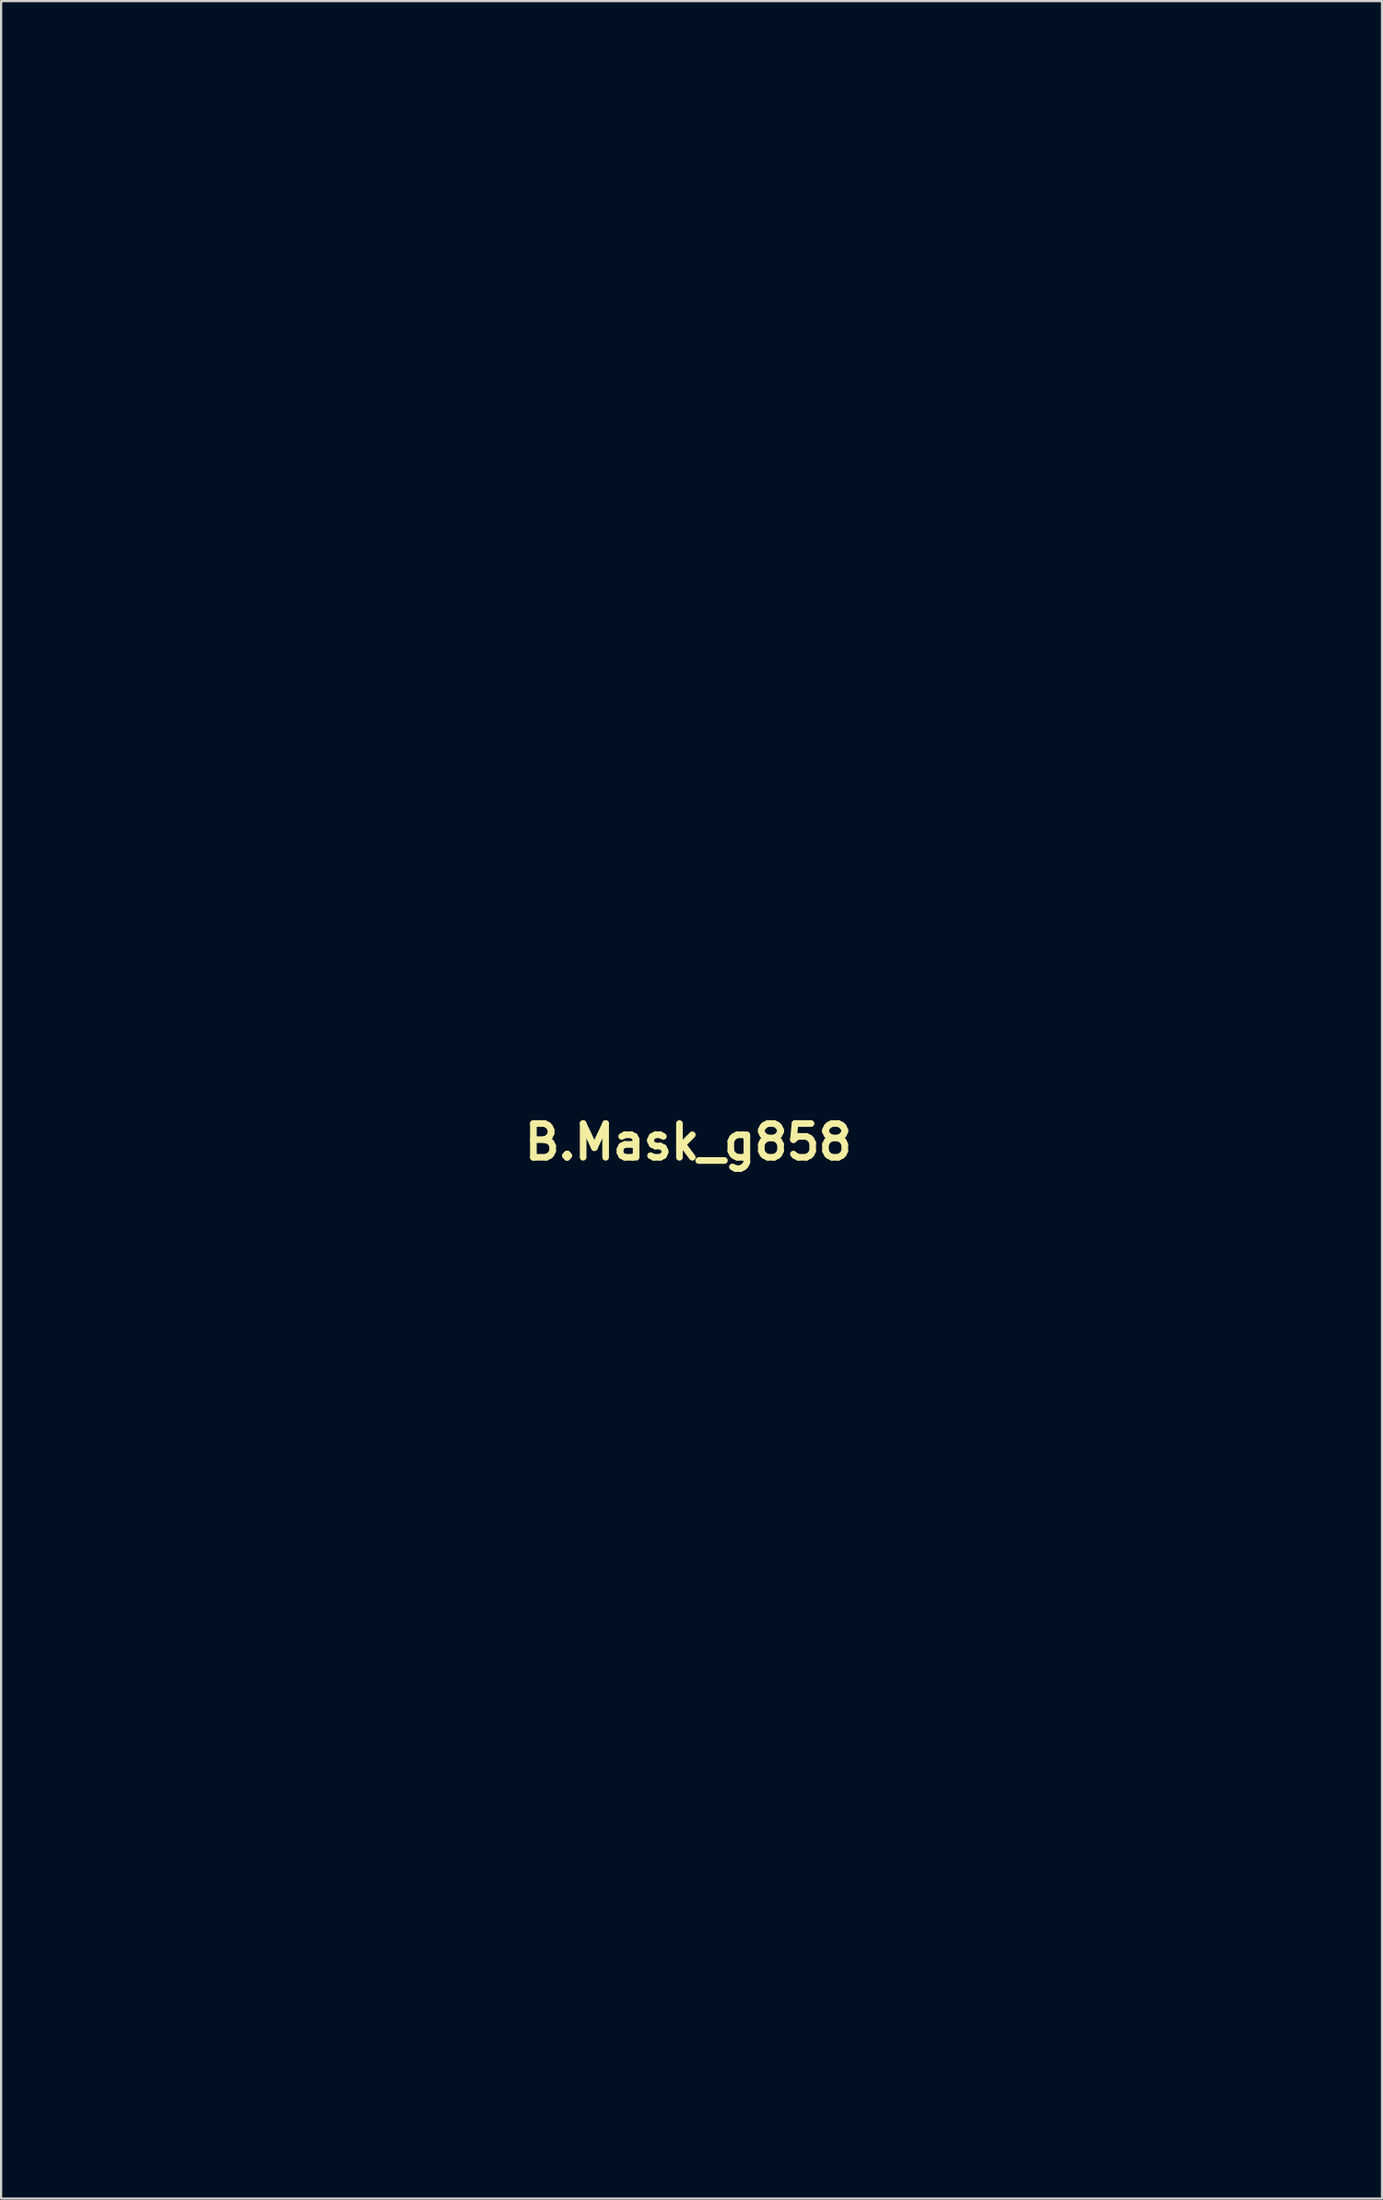
<source format=kicad_pcb>
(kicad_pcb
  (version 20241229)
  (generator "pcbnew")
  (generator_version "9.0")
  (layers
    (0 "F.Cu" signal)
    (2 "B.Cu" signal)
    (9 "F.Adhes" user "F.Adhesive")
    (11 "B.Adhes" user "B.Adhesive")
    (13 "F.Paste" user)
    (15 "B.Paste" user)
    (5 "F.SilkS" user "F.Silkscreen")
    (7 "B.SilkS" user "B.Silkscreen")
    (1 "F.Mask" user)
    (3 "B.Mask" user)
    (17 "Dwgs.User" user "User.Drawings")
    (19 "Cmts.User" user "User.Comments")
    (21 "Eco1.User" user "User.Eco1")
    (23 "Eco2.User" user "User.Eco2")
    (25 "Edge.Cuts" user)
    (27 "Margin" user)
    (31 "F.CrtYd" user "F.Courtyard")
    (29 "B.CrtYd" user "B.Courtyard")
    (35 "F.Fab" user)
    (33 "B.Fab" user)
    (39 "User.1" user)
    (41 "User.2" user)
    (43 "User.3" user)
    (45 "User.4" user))
  (footprint "B.Mask_g858"
    (layer "F.Cu")
    (at 28.072 48.552)
    (property "Reference" "B.Mask_g858" (at 0 0 0) (layer "F.SilkS") (effects (font (size 1.524 1.524) (thickness 0.3))))
    (attr through_hole)
    (fp_poly (pts (xy -3.732 -20.971) (xy -3.655 -20.871) (xy -3.606 -20.797) (xy -3.598 -20.776) (xy -3.634 -20.751) (xy -3.721 -20.749) (xy -3.83 -20.769) (xy -3.884 -20.787) (xy -3.96 -20.839) (xy -3.97 -20.919) (xy -3.921 -21.034) (xy -3.866 -21.133) (xy -3.732 -20.971)) (stroke (width 0.01) (type solid)) (fill yes) (layer "B.Mask"))
    (fp_poly (pts (xy -8.857 -29.831) (xy -8.737 -29.678) (xy -8.648 -29.459) (xy -8.59 -29.169) (xy -8.561 -28.818) (xy -8.554 -28.575) (xy -8.56 -28.413) (xy -8.579 -28.333) (xy -8.611 -28.33) (xy -8.658 -28.405) (xy -8.692 -28.483) (xy -8.75 -28.663) (xy -8.807 -28.903) (xy -8.859 -29.175) (xy -8.9 -29.456) (xy -8.914 -29.591) (xy -8.944 -29.909) (xy -8.857 -29.831)) (stroke (width 0.01) (type solid)) (fill yes) (layer "B.Mask"))
    (fp_poly (pts (xy 17.141 0.392) (xy 17.166 0.481) (xy 17.198 0.627) (xy 17.234 0.81) (xy 17.271 1.011) (xy 17.303 1.209) (xy 17.33 1.385) (xy 17.346 1.519) (xy 17.348 1.591) (xy 17.348 1.593) (xy 17.316 1.609) (xy 17.231 1.579) (xy 17.087 1.501) (xy 17.048 1.478) (xy 16.892 1.378) (xy 16.805 1.303) (xy 16.779 1.247) (xy 16.781 1.235) (xy 16.866 0.941) (xy 16.933 0.717) (xy 16.985 0.555) (xy 17.026 0.441) (xy 17.037 0.415) (xy 17.096 0.275) (xy 17.141 0.392)) (stroke (width 0.01) (type solid)) (fill yes) (layer "B.Mask"))
    (fp_poly (pts (xy -7.98 -28.379) (xy -7.92 -28.298) (xy -7.885 -28.234) (xy -7.84 -28.135) (xy -7.812 -28.033) (xy -7.797 -27.904) (xy -7.791 -27.725) (xy -7.791 -27.603) (xy -7.796 -27.35) (xy -7.81 -27.102) (xy -7.83 -26.876) (xy -7.856 -26.687) (xy -7.884 -26.552) (xy -7.913 -26.488) (xy -7.959 -26.495) (xy -8.034 -26.568) (xy -8.083 -26.631) (xy -8.208 -26.849) (xy -8.293 -27.09) (xy -8.327 -27.323) (xy -8.321 -27.447) (xy -8.293 -27.586) (xy -8.25 -27.756) (xy -8.199 -27.939) (xy -8.144 -28.114) (xy -8.092 -28.263) (xy -8.049 -28.366) (xy -8.022 -28.405) (xy -7.98 -28.379)) (stroke (width 0.01) (type solid)) (fill yes) (layer "B.Mask"))
    (fp_poly (pts (xy -7.108 -26.927) (xy -7.072 -26.82) (xy -7.048 -26.66) (xy -7.037 -26.464) (xy -7.039 -26.247) (xy -7.055 -26.025) (xy -7.085 -25.814) (xy -7.128 -25.63) (xy -7.13 -25.626) (xy -7.185 -25.485) (xy -7.263 -25.33) (xy -7.351 -25.183) (xy -7.435 -25.064) (xy -7.503 -24.996) (xy -7.518 -24.989) (xy -7.557 -25.016) (xy -7.6 -25.101) (xy -7.613 -25.139) (xy -7.659 -25.415) (xy -7.649 -25.729) (xy -7.585 -26.054) (xy -7.556 -26.146) (xy -7.486 -26.34) (xy -7.406 -26.532) (xy -7.325 -26.707) (xy -7.25 -26.848) (xy -7.19 -26.94) (xy -7.157 -26.966) (xy -7.108 -26.927)) (stroke (width 0.01) (type solid)) (fill yes) (layer "B.Mask"))
    (fp_poly (pts (xy 15.173 1.752) (xy 15.344 1.774) (xy 15.507 1.803) (xy 15.59 1.823) (xy 15.691 1.857) (xy 15.73 1.899) (xy 15.724 1.972) (xy 15.722 1.981) (xy 15.683 2.131) (xy 15.622 2.33) (xy 15.546 2.568) (xy 15.458 2.831) (xy 15.364 3.105) (xy 15.266 3.379) (xy 15.172 3.639) (xy 15.083 3.873) (xy 15.006 4.068) (xy 14.945 4.21) (xy 14.905 4.288) (xy 14.899 4.295) (xy 14.885 4.269) (xy 14.873 4.164) (xy 14.865 3.984) (xy 14.86 3.735) (xy 14.859 3.486) (xy 14.86 3.188) (xy 14.865 2.883) (xy 14.871 2.595) (xy 14.879 2.348) (xy 14.887 2.182) (xy 14.915 1.725) (xy 15.173 1.752)) (stroke (width 0.01) (type solid)) (fill yes) (layer "B.Mask"))
    (fp_poly (pts (xy 15.725 13.168) (xy 15.751 13.269) (xy 15.777 13.453) (xy 15.787 13.559) (xy 15.815 13.782) (xy 15.857 13.949) (xy 15.92 14.09) (xy 15.932 14.111) (xy 15.974 14.186) (xy 16.004 14.256) (xy 16.024 14.336) (xy 16.036 14.442) (xy 16.042 14.591) (xy 16.044 14.797) (xy 16.044 14.983) (xy 16.042 15.212) (xy 16.036 15.408) (xy 16.027 15.558) (xy 16.016 15.646) (xy 16.008 15.663) (xy 15.978 15.626) (xy 15.933 15.527) (xy 15.879 15.384) (xy 15.861 15.33) (xy 15.782 15.025) (xy 15.722 14.649) (xy 15.682 14.215) (xy 15.664 13.735) (xy 15.663 13.591) (xy 15.668 13.362) (xy 15.682 13.215) (xy 15.701 13.15) (xy 15.725 13.168)) (stroke (width 0.01) (type solid)) (fill yes) (layer "B.Mask"))
    (fp_poly (pts (xy -4.684 -22.527) (xy -4.613 -22.43) (xy -4.544 -22.297) (xy -4.49 -22.148) (xy -4.484 -22.123) (xy -4.454 -21.898) (xy -4.458 -21.63) (xy -4.494 -21.353) (xy -4.56 -21.103) (xy -4.569 -21.076) (xy -4.659 -20.838) (xy -5.113 -20.724) (xy -5.33 -20.666) (xy -5.546 -20.603) (xy -5.73 -20.543) (xy -5.813 -20.512) (xy -5.952 -20.459) (xy -6.032 -20.441) (xy -6.072 -20.454) (xy -6.082 -20.473) (xy -6.085 -20.562) (xy -6.034 -20.691) (xy -5.927 -20.863) (xy -5.761 -21.085) (xy -5.715 -21.142) (xy -5.529 -21.383) (xy -5.339 -21.645) (xy -5.159 -21.91) (xy -5.003 -22.154) (xy -4.886 -22.359) (xy -4.873 -22.384) (xy -4.812 -22.489) (xy -4.761 -22.554) (xy -4.743 -22.564) (xy -4.684 -22.527)) (stroke (width 0.01) (type solid)) (fill yes) (layer "B.Mask"))
    (fp_poly (pts (xy -6.432 -25.626) (xy -6.379 -25.539) (xy -6.324 -25.394) (xy -6.274 -25.22) (xy -6.238 -25.043) (xy -6.223 -24.89) (xy -6.223 -24.882) (xy -6.244 -24.656) (xy -6.301 -24.385) (xy -6.389 -24.093) (xy -6.499 -23.808) (xy -6.516 -23.771) (xy -6.593 -23.618) (xy -6.685 -23.458) (xy -6.78 -23.312) (xy -6.866 -23.195) (xy -6.931 -23.126) (xy -6.953 -23.116) (xy -6.986 -23.15) (xy -7.045 -23.24) (xy -7.116 -23.369) (xy -7.121 -23.379) (xy -7.188 -23.516) (xy -7.229 -23.631) (xy -7.251 -23.754) (xy -7.258 -23.914) (xy -7.259 -24.026) (xy -7.26 -24.409) (xy -6.943 -24.899) (xy -6.819 -25.091) (xy -6.706 -25.271) (xy -6.614 -25.418) (xy -6.555 -25.517) (xy -6.549 -25.528) (xy -6.486 -25.618) (xy -6.437 -25.63) (xy -6.432 -25.626)) (stroke (width 0.01) (type solid)) (fill yes) (layer "B.Mask"))
    (fp_poly (pts (xy 1.829 20.648) (xy 1.934 20.69) (xy 2.082 20.761) (xy 2.258 20.855) (xy 2.279 20.866) (xy 2.744 21.128) (xy 2.705 21.268) (xy 2.668 21.38) (xy 2.6 21.559) (xy 2.506 21.794) (xy 2.391 22.076) (xy 2.257 22.393) (xy 2.243 22.426) (xy 2.187 22.546) (xy 2.14 22.627) (xy 2.118 22.648) (xy 2.072 22.621) (xy 2 22.553) (xy 1.998 22.552) (xy 1.922 22.488) (xy 1.794 22.397) (xy 1.637 22.295) (xy 1.557 22.247) (xy 1.405 22.156) (xy 1.284 22.084) (xy 1.209 22.039) (xy 1.193 22.03) (xy 1.204 21.99) (xy 1.242 21.888) (xy 1.302 21.739) (xy 1.377 21.558) (xy 1.46 21.36) (xy 1.546 21.16) (xy 1.627 20.974) (xy 1.697 20.815) (xy 1.751 20.7) (xy 1.78 20.644) (xy 1.782 20.643) (xy 1.829 20.648)) (stroke (width 0.01) (type solid)) (fill yes) (layer "B.Mask"))
    (fp_poly (pts (xy -5.624 -24.121) (xy -5.579 -24.077) (xy -5.514 -23.981) (xy -5.466 -23.895) (xy -5.414 -23.788) (xy -5.381 -23.688) (xy -5.365 -23.571) (xy -5.359 -23.412) (xy -5.359 -23.262) (xy -5.387 -22.887) (xy -5.469 -22.538) (xy -5.612 -22.19) (xy -5.755 -21.93) (xy -5.86 -21.769) (xy -5.983 -21.601) (xy -6.112 -21.443) (xy -6.234 -21.308) (xy -6.336 -21.211) (xy -6.405 -21.168) (xy -6.413 -21.167) (xy -6.458 -21.203) (xy -6.51 -21.298) (xy -6.538 -21.371) (xy -6.581 -21.539) (xy -6.622 -21.763) (xy -6.656 -22.014) (xy -6.679 -22.263) (xy -6.688 -22.482) (xy -6.688 -22.484) (xy -6.679 -22.61) (xy -6.642 -22.712) (xy -6.561 -22.824) (xy -6.525 -22.865) (xy -6.368 -23.062) (xy -6.178 -23.332) (xy -5.959 -23.669) (xy -5.831 -23.876) (xy -5.747 -24.001) (xy -5.674 -24.089) (xy -5.627 -24.121) (xy -5.624 -24.121)) (stroke (width 0.01) (type solid)) (fill yes) (layer "B.Mask"))
    (fp_poly (pts (xy 10.641 -16.872) (xy 10.754 -16.851) (xy 10.915 -16.814) (xy 11.107 -16.767) (xy 11.314 -16.713) (xy 11.519 -16.656) (xy 11.706 -16.601) (xy 11.858 -16.552) (xy 11.929 -16.526) (xy 12.351 -16.314) (xy 12.738 -16.026) (xy 13.089 -15.668) (xy 13.401 -15.242) (xy 13.672 -14.753) (xy 13.897 -14.203) (xy 14.077 -13.598) (xy 14.137 -13.327) (xy 14.187 -13.067) (xy 14.224 -12.83) (xy 14.249 -12.629) (xy 14.26 -12.476) (xy 14.255 -12.384) (xy 14.24 -12.362) (xy 14.195 -12.389) (xy 14.102 -12.461) (xy 13.975 -12.566) (xy 13.864 -12.663) (xy 13.68 -12.82) (xy 13.459 -12.997) (xy 13.236 -13.169) (xy 13.112 -13.26) (xy 12.699 -13.556) (xy 12.302 -14.368) (xy 12.036 -14.888) (xy 11.78 -15.34) (xy 11.525 -15.737) (xy 11.261 -16.095) (xy 10.979 -16.426) (xy 10.946 -16.462) (xy 10.81 -16.612) (xy 10.698 -16.739) (xy 10.623 -16.829) (xy 10.593 -16.871) (xy 10.594 -16.873) (xy 10.641 -16.872)) (stroke (width 0.01) (type solid)) (fill yes) (layer "B.Mask"))
    (fp_poly (pts (xy 12.986 -1.891) (xy 13.035 -1.841) (xy 13.104 -1.749) (xy 13.2 -1.605) (xy 13.329 -1.401) (xy 13.41 -1.27) (xy 13.69 -0.843) (xy 13.976 -0.46) (xy 14.29 -0.096) (xy 14.654 0.276) (xy 14.742 0.36) (xy 14.956 0.558) (xy 15.185 0.758) (xy 15.414 0.95) (xy 15.628 1.121) (xy 15.812 1.259) (xy 15.951 1.35) (xy 15.959 1.355) (xy 16.004 1.394) (xy 15.971 1.413) (xy 15.875 1.408) (xy 15.62 1.367) (xy 15.308 1.3) (xy 14.96 1.214) (xy 14.598 1.114) (xy 14.243 1.007) (xy 13.917 0.899) (xy 13.641 0.796) (xy 13.591 0.775) (xy 13.352 0.669) (xy 13.099 0.551) (xy 12.848 0.428) (xy 12.617 0.309) (xy 12.423 0.203) (xy 12.282 0.118) (xy 12.238 0.088) (xy 12.136 0.011) (xy 12.529 -0.947) (xy 12.639 -1.212) (xy 12.74 -1.449) (xy 12.826 -1.647) (xy 12.894 -1.796) (xy 12.938 -1.884) (xy 12.953 -1.905) (xy 12.986 -1.891)) (stroke (width 0.01) (type solid)) (fill yes) (layer "B.Mask"))
    (fp_poly (pts (xy 12.966 -12.675) (xy 13.071 -12.607) (xy 13.213 -12.507) (xy 13.376 -12.385) (xy 13.546 -12.254) (xy 13.708 -12.123) (xy 13.849 -12.004) (xy 13.887 -11.97) (xy 13.961 -11.906) (xy 14.021 -11.856) (xy 14.067 -11.81) (xy 14.096 -11.76) (xy 14.108 -11.698) (xy 14.1 -11.615) (xy 14.071 -11.504) (xy 14.019 -11.354) (xy 13.943 -11.159) (xy 13.841 -10.909) (xy 13.713 -10.597) (xy 13.568 -10.245) (xy 13.444 -9.941) (xy 13.329 -9.66) (xy 13.227 -9.412) (xy 13.144 -9.207) (xy 13.082 -9.056) (xy 13.046 -8.968) (xy 13.04 -8.954) (xy 13.033 -8.976) (xy 13.025 -9.075) (xy 13.016 -9.242) (xy 13.008 -9.469) (xy 13.001 -9.747) (xy 12.994 -10.069) (xy 12.987 -10.427) (xy 12.985 -10.626) (xy 12.979 -11.01) (xy 12.971 -11.372) (xy 12.963 -11.704) (xy 12.954 -11.994) (xy 12.944 -12.233) (xy 12.934 -12.412) (xy 12.924 -12.52) (xy 12.92 -12.541) (xy 12.901 -12.641) (xy 12.905 -12.696) (xy 12.911 -12.7) (xy 12.966 -12.675)) (stroke (width 0.01) (type solid)) (fill yes) (layer "B.Mask"))
    (fp_poly (pts (xy 8.529 -4.763) (xy 8.592 -4.531) (xy 8.691 -4.24) (xy 8.82 -3.902) (xy 8.974 -3.532) (xy 9.145 -3.142) (xy 9.329 -2.748) (xy 9.52 -2.361) (xy 9.698 -2.023) (xy 9.991 -1.484) (xy 9.818 -1.049) (xy 9.69 -0.728) (xy 9.559 -0.408) (xy 9.431 -0.098) (xy 9.308 0.192) (xy 9.196 0.453) (xy 9.098 0.676) (xy 9.018 0.85) (xy 8.961 0.966) (xy 8.931 1.015) (xy 8.929 1.016) (xy 8.893 0.982) (xy 8.83 0.891) (xy 8.753 0.764) (xy 8.746 0.751) (xy 8.638 0.546) (xy 8.517 0.297) (xy 8.39 0.021) (xy 8.265 -0.263) (xy 8.149 -0.54) (xy 8.051 -0.79) (xy 7.977 -0.997) (xy 7.939 -1.122) (xy 7.891 -1.407) (xy 7.867 -1.753) (xy 7.866 -2.141) (xy 7.889 -2.553) (xy 7.934 -2.968) (xy 8.001 -3.367) (xy 8.003 -3.377) (xy 8.063 -3.642) (xy 8.136 -3.92) (xy 8.216 -4.192) (xy 8.296 -4.437) (xy 8.371 -4.634) (xy 8.421 -4.741) (xy 8.502 -4.889) (xy 8.529 -4.763)) (stroke (width 0.01) (type solid)) (fill yes) (layer "B.Mask"))
    (fp_poly (pts (xy 13.302 10.63) (xy 13.578 10.778) (xy 13.868 10.948) (xy 14.157 11.129) (xy 14.43 11.313) (xy 14.675 11.49) (xy 14.875 11.65) (xy 15.019 11.784) (xy 15.045 11.813) (xy 15.108 11.903) (xy 15.142 12.001) (xy 15.149 12.125) (xy 15.128 12.29) (xy 15.081 12.516) (xy 15.068 12.573) (xy 15.015 12.862) (xy 14.978 13.209) (xy 14.957 13.587) (xy 14.952 13.97) (xy 14.966 14.332) (xy 14.998 14.648) (xy 15.001 14.668) (xy 15.077 15.073) (xy 15.179 15.474) (xy 15.297 15.843) (xy 15.412 16.125) (xy 15.472 16.26) (xy 15.511 16.363) (xy 15.521 16.412) (xy 15.52 16.413) (xy 15.483 16.395) (xy 15.393 16.332) (xy 15.262 16.234) (xy 15.104 16.11) (xy 15.065 16.079) (xy 14.472 15.572) (xy 13.952 15.058) (xy 13.495 14.521) (xy 13.088 13.948) (xy 12.72 13.324) (xy 12.389 12.654) (xy 12.243 12.333) (xy 12.466 11.78) (xy 12.565 11.538) (xy 12.674 11.285) (xy 12.777 11.051) (xy 12.863 10.866) (xy 12.865 10.863) (xy 13.041 10.499) (xy 13.302 10.63)) (stroke (width 0.01) (type solid)) (fill yes) (layer "B.Mask"))
    (fp_poly (pts (xy -1.376 -21.94) (xy -1.044 -21.91) (xy -0.717 -21.858) (xy -0.642 -21.842) (xy -0.327 -21.759) (xy -0.015 -21.653) (xy 0.275 -21.53) (xy 0.525 -21.399) (xy 0.718 -21.267) (xy 0.788 -21.204) (xy 0.91 -21.077) (xy 0.807 -20.999) (xy 0.757 -20.97) (xy 0.686 -20.948) (xy 0.583 -20.931) (xy 0.433 -20.919) (xy 0.222 -20.91) (xy 0.003 -20.904) (xy -0.269 -20.895) (xy -0.475 -20.884) (xy -0.635 -20.869) (xy -0.768 -20.847) (xy -0.894 -20.815) (xy -1.03 -20.771) (xy -1.037 -20.769) (xy -1.41 -20.614) (xy -1.755 -20.412) (xy -2.094 -20.153) (xy -2.216 -20.052) (xy -2.313 -19.977) (xy -2.367 -19.94) (xy -2.372 -19.939) (xy -2.416 -19.967) (xy -2.485 -20.034) (xy -2.591 -20.178) (xy -2.682 -20.368) (xy -2.768 -20.624) (xy -2.772 -20.637) (xy -2.832 -20.812) (xy -2.916 -21.012) (xy -2.991 -21.166) (xy -3.137 -21.442) (xy -3.031 -21.533) (xy -2.909 -21.612) (xy -2.727 -21.698) (xy -2.507 -21.782) (xy -2.274 -21.855) (xy -2.05 -21.911) (xy -1.939 -21.93) (xy -1.683 -21.948) (xy -1.376 -21.94)) (stroke (width 0.01) (type solid)) (fill yes) (layer "B.Mask"))
    (fp_poly (pts (xy -4.907 26.175) (xy -4.81 26.219) (xy -4.659 26.289) (xy -4.476 26.374) (xy -4.318 26.449) (xy -3.807 26.676) (xy -3.299 26.869) (xy -2.761 27.038) (xy -2.424 27.13) (xy -2.158 27.202) (xy -1.969 27.26) (xy -1.849 27.308) (xy -1.792 27.346) (xy -1.786 27.359) (xy -1.797 27.418) (xy -1.836 27.541) (xy -1.899 27.716) (xy -1.979 27.93) (xy -2.074 28.17) (xy -2.086 28.202) (xy -2.373 28.91) (xy -2.637 29.561) (xy -2.878 30.152) (xy -3.094 30.681) (xy -3.286 31.145) (xy -3.451 31.544) (xy -3.59 31.874) (xy -3.701 32.134) (xy -3.783 32.321) (xy -3.836 32.434) (xy -3.858 32.47) (xy -3.89 32.434) (xy -3.948 32.339) (xy -4.021 32.2) (xy -4.06 32.12) (xy -4.199 31.802) (xy -4.342 31.42) (xy -4.484 30.996) (xy -4.618 30.55) (xy -4.739 30.103) (xy -4.84 29.676) (xy -4.915 29.29) (xy -4.948 29.062) (xy -4.961 28.92) (xy -4.975 28.709) (xy -4.988 28.442) (xy -5.001 28.136) (xy -5.012 27.803) (xy -5.021 27.46) (xy -5.023 27.397) (xy -5.051 26.113) (xy -4.907 26.175)) (stroke (width 0.01) (type solid)) (fill yes) (layer "B.Mask"))
    (fp_poly (pts (xy 12.037 0.531) (xy 12.143 0.589) (xy 12.269 0.666) (xy 12.39 0.748) (xy 12.481 0.818) (xy 12.505 0.841) (xy 12.536 0.882) (xy 12.556 0.935) (xy 12.568 1.013) (xy 12.572 1.132) (xy 12.57 1.306) (xy 12.562 1.549) (xy 12.562 1.555) (xy 12.519 2.083) (xy 12.428 2.581) (xy 12.283 3.058) (xy 12.081 3.526) (xy 11.815 3.996) (xy 11.483 4.477) (xy 11.078 4.982) (xy 11.047 5.017) (xy 10.902 5.181) (xy 10.73 5.364) (xy 10.543 5.558) (xy 10.353 5.749) (xy 10.171 5.926) (xy 10.009 6.077) (xy 9.879 6.192) (xy 9.792 6.258) (xy 9.783 6.263) (xy 9.741 6.283) (xy 9.722 6.275) (xy 9.726 6.224) (xy 9.753 6.114) (xy 9.78 6.018) (xy 9.821 5.879) (xy 9.873 5.718) (xy 9.94 5.526) (xy 10.023 5.297) (xy 10.125 5.025) (xy 10.249 4.703) (xy 10.397 4.324) (xy 10.572 3.882) (xy 10.775 3.37) (xy 10.836 3.217) (xy 11.078 2.614) (xy 11.29 2.089) (xy 11.473 1.641) (xy 11.627 1.269) (xy 11.752 0.973) (xy 11.849 0.75) (xy 11.919 0.599) (xy 11.961 0.521) (xy 11.974 0.508) (xy 12.037 0.531)) (stroke (width 0.01) (type solid)) (fill yes) (layer "B.Mask"))
    (fp_poly (pts (xy 0.968 15.451) (xy 1.289 15.538) (xy 1.655 15.679) (xy 1.736 15.715) (xy 1.968 15.818) (xy 1.757 15.962) (xy 1.535 16.132) (xy 1.32 16.333) (xy 1.129 16.543) (xy 0.981 16.743) (xy 0.922 16.849) (xy 0.767 17.266) (xy 0.675 17.716) (xy 0.647 18.181) (xy 0.68 18.646) (xy 0.775 19.093) (xy 0.93 19.505) (xy 1.036 19.701) (xy 1.112 19.843) (xy 1.166 19.971) (xy 1.185 20.052) (xy 1.17 20.134) (xy 1.127 20.273) (xy 1.062 20.455) (xy 0.981 20.667) (xy 0.889 20.895) (xy 0.793 21.125) (xy 0.698 21.345) (xy 0.609 21.54) (xy 0.532 21.697) (xy 0.473 21.802) (xy 0.438 21.842) (xy 0.437 21.842) (xy 0.382 21.826) (xy 0.274 21.786) (xy 0.159 21.739) (xy -0.186 21.583) (xy -0.534 21.397) (xy -0.892 21.176) (xy -1.267 20.915) (xy -1.667 20.608) (xy -2.099 20.251) (xy -2.572 19.837) (xy -2.961 19.483) (xy -3.275 19.192) (xy -3.049 18.772) (xy -2.646 18.072) (xy -2.235 17.45) (xy -1.815 16.909) (xy -1.389 16.448) (xy -0.956 16.069) (xy -0.517 15.772) (xy -0.074 15.559) (xy 0.122 15.492) (xy 0.4 15.43) (xy 0.677 15.415) (xy 0.968 15.451)) (stroke (width 0.01) (type solid)) (fill yes) (layer "B.Mask"))
    (fp_poly (pts (xy 8.655 -9.108) (xy 8.714 -9.008) (xy 8.797 -8.857) (xy 8.897 -8.667) (xy 8.986 -8.495) (xy 9.112 -8.252) (xy 9.244 -8.007) (xy 9.37 -7.784) (xy 9.476 -7.603) (xy 9.521 -7.533) (xy 9.697 -7.285) (xy 9.919 -7.004) (xy 10.174 -6.704) (xy 10.446 -6.402) (xy 10.723 -6.111) (xy 10.989 -5.848) (xy 11.232 -5.627) (xy 11.398 -5.493) (xy 11.552 -5.376) (xy 11.476 -5.154) (xy 11.44 -5.058) (xy 11.377 -4.896) (xy 11.292 -4.68) (xy 11.189 -4.422) (xy 11.074 -4.135) (xy 10.951 -3.83) (xy 10.825 -3.521) (xy 10.702 -3.219) (xy 10.586 -2.936) (xy 10.482 -2.684) (xy 10.396 -2.477) (xy 10.331 -2.325) (xy 10.309 -2.274) (xy 10.21 -2.053) (xy 9.893 -2.709) (xy 9.652 -3.233) (xy 9.431 -3.764) (xy 9.235 -4.288) (xy 9.069 -4.789) (xy 8.938 -5.254) (xy 8.847 -5.668) (xy 8.826 -5.8) (xy 8.804 -5.969) (xy 8.781 -6.192) (xy 8.758 -6.458) (xy 8.734 -6.756) (xy 8.711 -7.075) (xy 8.689 -7.405) (xy 8.668 -7.735) (xy 8.65 -8.054) (xy 8.635 -8.352) (xy 8.624 -8.617) (xy 8.617 -8.84) (xy 8.615 -9.009) (xy 8.618 -9.113) (xy 8.626 -9.144) (xy 8.655 -9.108)) (stroke (width 0.01) (type solid)) (fill yes) (layer "B.Mask"))
    (fp_poly (pts (xy 10.339 7.88) (xy 10.387 7.955) (xy 10.455 8.086) (xy 10.716 8.526) (xy 11.052 8.959) (xy 11.451 9.374) (xy 11.903 9.759) (xy 12.225 9.991) (xy 12.34 10.074) (xy 12.42 10.142) (xy 12.446 10.177) (xy 12.431 10.226) (xy 12.388 10.341) (xy 12.322 10.509) (xy 12.239 10.717) (xy 12.144 10.953) (xy 12.132 10.981) (xy 12.027 11.242) (xy 11.927 11.498) (xy 11.84 11.731) (xy 11.771 11.921) (xy 11.731 12.044) (xy 11.654 12.356) (xy 11.586 12.729) (xy 11.53 13.143) (xy 11.489 13.574) (xy 11.482 13.67) (xy 11.467 13.882) (xy 11.451 14.018) (xy 11.434 14.089) (xy 11.413 14.103) (xy 11.402 14.093) (xy 11.343 14.004) (xy 11.258 13.853) (xy 11.155 13.659) (xy 11.044 13.437) (xy 10.932 13.205) (xy 10.827 12.979) (xy 10.739 12.777) (xy 10.709 12.703) (xy 10.55 12.261) (xy 10.411 11.803) (xy 10.301 11.353) (xy 10.226 10.939) (xy 10.206 10.773) (xy 10.184 10.491) (xy 10.17 10.171) (xy 10.163 9.826) (xy 10.163 9.471) (xy 10.17 9.119) (xy 10.183 8.783) (xy 10.202 8.479) (xy 10.226 8.219) (xy 10.255 8.017) (xy 10.286 7.896) (xy 10.308 7.863) (xy 10.339 7.88)) (stroke (width 0.01) (type solid)) (fill yes) (layer "B.Mask"))
    (fp_poly (pts (xy -6.909 -20.02) (xy -6.842 -20.004) (xy -6.818 -19.966) (xy -6.816 -19.934) (xy -6.84 -19.853) (xy -6.902 -19.735) (xy -6.967 -19.639) (xy -7.109 -19.41) (xy -7.252 -19.117) (xy -7.386 -18.779) (xy -7.504 -18.416) (xy -7.518 -18.368) (xy -7.56 -18.205) (xy -7.592 -18.052) (xy -7.614 -17.89) (xy -7.631 -17.698) (xy -7.643 -17.457) (xy -7.651 -17.209) (xy -7.673 -16.447) (xy -8.08 -16.03) (xy -8.305 -15.808) (xy -8.492 -15.645) (xy -8.656 -15.534) (xy -8.812 -15.468) (xy -8.975 -15.439) (xy -9.16 -15.441) (xy -9.283 -15.453) (xy -9.42 -15.474) (xy -9.519 -15.495) (xy -9.553 -15.508) (xy -9.543 -15.552) (xy -9.488 -15.633) (xy -9.447 -15.684) (xy -9.35 -15.805) (xy -9.269 -15.925) (xy -9.252 -15.956) (xy -9.21 -16.078) (xy -9.173 -16.267) (xy -9.141 -16.506) (xy -9.117 -16.778) (xy -9.103 -17.067) (xy -9.101 -17.23) (xy -9.095 -17.461) (xy -9.083 -17.73) (xy -9.067 -17.99) (xy -9.059 -18.076) (xy -9.037 -18.293) (xy -9.01 -18.456) (xy -8.968 -18.596) (xy -8.905 -18.745) (xy -8.847 -18.864) (xy -8.62 -19.242) (xy -8.36 -19.543) (xy -8.062 -19.77) (xy -7.723 -19.923) (xy -7.341 -20.007) (xy -7.041 -20.024) (xy -6.909 -20.02)) (stroke (width 0.01) (type solid)) (fill yes) (layer "B.Mask"))
    (fp_poly (pts (xy 0.348 -20.287) (xy 0.755 -20.2) (xy 1.137 -20.06) (xy 1.479 -19.868) (xy 1.767 -19.628) (xy 1.791 -19.602) (xy 1.966 -19.392) (xy 2.088 -19.187) (xy 2.166 -18.966) (xy 2.207 -18.707) (xy 2.218 -18.394) (xy 2.206 -18.078) (xy 2.164 -17.818) (xy 2.083 -17.587) (xy 1.956 -17.362) (xy 1.828 -17.184) (xy 1.708 -17.026) (xy 1.587 -16.862) (xy 1.496 -16.736) (xy 1.402 -16.609) (xy 1.313 -16.518) (xy 1.206 -16.446) (xy 1.057 -16.375) (xy 0.943 -16.328) (xy 0.615 -16.167) (xy 0.312 -15.969) (xy 0.053 -15.745) (xy -0.147 -15.509) (xy -0.232 -15.369) (xy -0.315 -15.188) (xy -0.375 -15.015) (xy -0.415 -14.825) (xy -0.443 -14.594) (xy -0.46 -14.341) (xy -0.487 -13.844) (xy -0.982 -14.124) (xy -1.459 -14.416) (xy -1.859 -14.712) (xy -2.19 -15.017) (xy -2.457 -15.339) (xy -2.668 -15.684) (xy -2.69 -15.727) (xy -2.856 -16.147) (xy -2.944 -16.582) (xy -2.952 -17.036) (xy -2.882 -17.51) (xy -2.732 -18.008) (xy -2.508 -18.521) (xy -2.271 -18.962) (xy -2.035 -19.326) (xy -1.795 -19.621) (xy -1.544 -19.856) (xy -1.276 -20.037) (xy -1.237 -20.057) (xy -0.877 -20.206) (xy -0.483 -20.292) (xy -0.07 -20.318) (xy 0.348 -20.287)) (stroke (width 0.01) (type solid)) (fill yes) (layer "B.Mask"))
    (fp_poly (pts (xy 16.332 -7.525) (xy 16.399 -7.458) (xy 16.488 -7.338) (xy 16.589 -7.18) (xy 16.695 -6.993) (xy 16.738 -6.91) (xy 16.882 -6.558) (xy 16.996 -6.135) (xy 17.08 -5.653) (xy 17.133 -5.121) (xy 17.154 -4.548) (xy 17.144 -3.944) (xy 17.102 -3.319) (xy 17.029 -2.682) (xy 16.923 -2.043) (xy 16.891 -1.882) (xy 16.83 -1.603) (xy 16.756 -1.287) (xy 16.673 -0.951) (xy 16.586 -0.616) (xy 16.501 -0.301) (xy 16.422 -0.026) (xy 16.355 0.191) (xy 16.341 0.233) (xy 16.262 0.459) (xy 16.204 0.617) (xy 16.161 0.718) (xy 16.127 0.775) (xy 16.097 0.8) (xy 16.072 0.804) (xy 16.018 0.78) (xy 15.911 0.713) (xy 15.767 0.613) (xy 15.599 0.489) (xy 15.563 0.462) (xy 15.396 0.333) (xy 15.253 0.222) (xy 15.15 0.139) (xy 15.098 0.094) (xy 15.095 0.09) (xy 15.086 0.02) (xy 15.093 -0.126) (xy 15.117 -0.34) (xy 15.156 -0.615) (xy 15.208 -0.945) (xy 15.273 -1.322) (xy 15.349 -1.74) (xy 15.435 -2.19) (xy 15.531 -2.666) (xy 15.601 -3.006) (xy 15.791 -3.947) (xy 15.949 -4.824) (xy 16.075 -5.632) (xy 16.17 -6.368) (xy 16.231 -7.03) (xy 16.235 -7.073) (xy 16.25 -7.253) (xy 16.268 -7.404) (xy 16.286 -7.504) (xy 16.295 -7.529) (xy 16.332 -7.525)) (stroke (width 0.01) (type solid)) (fill yes) (layer "B.Mask"))
    (fp_poly (pts (xy 3.387 -21.312) (xy 3.633 -21.309) (xy 3.818 -21.3) (xy 3.964 -21.284) (xy 4.095 -21.256) (xy 4.233 -21.214) (xy 4.28 -21.198) (xy 4.469 -21.123) (xy 4.681 -21.024) (xy 4.904 -20.907) (xy 5.126 -20.781) (xy 5.335 -20.653) (xy 5.517 -20.53) (xy 5.662 -20.421) (xy 5.757 -20.332) (xy 5.79 -20.271) (xy 5.789 -20.266) (xy 5.748 -20.228) (xy 5.647 -20.158) (xy 5.501 -20.066) (xy 5.324 -19.96) (xy 5.289 -19.94) (xy 4.968 -19.751) (xy 4.669 -19.565) (xy 4.372 -19.368) (xy 4.057 -19.146) (xy 3.704 -18.888) (xy 3.573 -18.789) (xy 3.386 -18.65) (xy 3.222 -18.53) (xy 3.093 -18.439) (xy 3.012 -18.384) (xy 2.99 -18.373) (xy 2.952 -18.406) (xy 2.943 -18.426) (xy 2.925 -18.489) (xy 2.891 -18.612) (xy 2.849 -18.769) (xy 2.837 -18.815) (xy 2.68 -19.265) (xy 2.46 -19.659) (xy 2.174 -20.004) (xy 1.818 -20.304) (xy 1.641 -20.422) (xy 1.499 -20.514) (xy 1.393 -20.593) (xy 1.338 -20.645) (xy 1.334 -20.659) (xy 1.384 -20.697) (xy 1.497 -20.759) (xy 1.654 -20.838) (xy 1.841 -20.927) (xy 2.041 -21.017) (xy 2.237 -21.101) (xy 2.412 -21.171) (xy 2.483 -21.197) (xy 2.628 -21.246) (xy 2.754 -21.278) (xy 2.882 -21.298) (xy 3.037 -21.309) (xy 3.24 -21.312) (xy 3.387 -21.312)) (stroke (width 0.01) (type solid)) (fill yes) (layer "B.Mask"))
    (fp_poly (pts (xy 16.566 2.038) (xy 16.632 2.045) (xy 16.868 2.081) (xy 17.074 2.125) (xy 17.232 2.172) (xy 17.326 2.219) (xy 17.332 2.225) (xy 17.373 2.311) (xy 17.403 2.471) (xy 17.424 2.695) (xy 17.435 2.971) (xy 17.437 3.29) (xy 17.429 3.642) (xy 17.413 4.016) (xy 17.387 4.403) (xy 17.354 4.79) (xy 17.312 5.169) (xy 17.263 5.53) (xy 17.247 5.63) (xy 17.126 6.255) (xy 16.964 6.924) (xy 16.767 7.613) (xy 16.542 8.295) (xy 16.353 8.805) (xy 16.262 9.034) (xy 16.195 9.192) (xy 16.147 9.29) (xy 16.113 9.336) (xy 16.087 9.34) (xy 16.07 9.32) (xy 16.037 9.248) (xy 15.983 9.105) (xy 15.912 8.905) (xy 15.828 8.659) (xy 15.734 8.377) (xy 15.634 8.072) (xy 15.531 7.755) (xy 15.43 7.438) (xy 15.334 7.131) (xy 15.247 6.848) (xy 15.173 6.598) (xy 15.115 6.393) (xy 15.09 6.3) (xy 15.044 6.093) (xy 15.008 5.886) (xy 14.988 5.713) (xy 14.986 5.656) (xy 14.992 5.552) (xy 15.011 5.432) (xy 15.047 5.291) (xy 15.101 5.121) (xy 15.177 4.917) (xy 15.276 4.671) (xy 15.401 4.377) (xy 15.555 4.03) (xy 15.74 3.622) (xy 15.959 3.147) (xy 16.061 2.929) (xy 16.167 2.699) (xy 16.261 2.489) (xy 16.338 2.313) (xy 16.39 2.187) (xy 16.41 2.13) (xy 16.433 2.065) (xy 16.477 2.037) (xy 16.566 2.038)) (stroke (width 0.01) (type solid)) (fill yes) (layer "B.Mask"))
    (fp_poly (pts (xy 13.289 1.198) (xy 13.404 1.233) (xy 13.568 1.285) (xy 13.767 1.351) (xy 13.846 1.377) (xy 14.421 1.569) (xy 14.42 3.229) (xy 14.422 3.712) (xy 14.426 4.162) (xy 14.434 4.571) (xy 14.444 4.927) (xy 14.456 5.22) (xy 14.471 5.44) (xy 14.473 5.461) (xy 14.551 6.087) (xy 14.675 6.78) (xy 14.845 7.543) (xy 15.062 8.375) (xy 15.326 9.277) (xy 15.453 9.685) (xy 15.62 10.219) (xy 15.764 10.694) (xy 15.884 11.107) (xy 15.98 11.456) (xy 16.05 11.736) (xy 16.095 11.947) (xy 16.113 12.084) (xy 16.103 12.145) (xy 16.095 12.149) (xy 16.057 12.116) (xy 15.99 12.031) (xy 15.922 11.935) (xy 15.809 11.784) (xy 15.677 11.635) (xy 15.518 11.485) (xy 15.325 11.326) (xy 15.091 11.155) (xy 14.809 10.967) (xy 14.473 10.755) (xy 14.075 10.516) (xy 13.609 10.245) (xy 13.229 10.024) (xy 12.912 9.836) (xy 12.649 9.675) (xy 12.428 9.532) (xy 12.238 9.401) (xy 12.069 9.275) (xy 11.91 9.147) (xy 11.844 9.091) (xy 11.514 8.761) (xy 11.207 8.364) (xy 10.935 7.914) (xy 10.704 7.427) (xy 10.524 6.918) (xy 10.476 6.744) (xy 10.399 6.439) (xy 11.055 5.766) (xy 11.515 5.277) (xy 11.906 4.821) (xy 12.236 4.389) (xy 12.508 3.973) (xy 12.729 3.565) (xy 12.905 3.157) (xy 12.998 2.885) (xy 13.071 2.602) (xy 13.134 2.271) (xy 13.18 1.928) (xy 13.205 1.611) (xy 13.208 1.492) (xy 13.212 1.343) (xy 13.223 1.234) (xy 13.238 1.186) (xy 13.24 1.185) (xy 13.289 1.198)) (stroke (width 0.01) (type solid)) (fill yes) (layer "B.Mask"))
    (fp_poly (pts (xy -4.08 -20.297) (xy -3.907 -20.292) (xy -3.782 -20.279) (xy -3.685 -20.258) (xy -3.597 -20.224) (xy -3.547 -20.201) (xy -3.407 -20.11) (xy -3.242 -19.971) (xy -3.075 -19.806) (xy -2.928 -19.638) (xy -2.824 -19.49) (xy -2.814 -19.471) (xy -2.787 -19.411) (xy -2.778 -19.354) (xy -2.793 -19.281) (xy -2.835 -19.175) (xy -2.908 -19.016) (xy -2.937 -18.955) (xy -3.171 -18.418) (xy -3.336 -17.916) (xy -3.435 -17.439) (xy -3.47 -16.973) (xy -3.443 -16.509) (xy -3.425 -16.377) (xy -3.405 -16.213) (xy -3.398 -16.069) (xy -3.405 -15.979) (xy -3.444 -15.887) (xy -3.527 -15.743) (xy -3.643 -15.56) (xy -3.783 -15.352) (xy -3.938 -15.132) (xy -4.097 -14.914) (xy -4.252 -14.713) (xy -4.393 -14.541) (xy -4.415 -14.516) (xy -4.868 -14.057) (xy -5.355 -13.675) (xy -5.877 -13.37) (xy -6.432 -13.143) (xy -7.019 -12.994) (xy -7.609 -12.925) (xy -7.847 -12.916) (xy -8.003 -12.918) (xy -8.079 -12.933) (xy -8.086 -12.942) (xy -8.06 -12.993) (xy -7.993 -13.09) (xy -7.895 -13.217) (xy -7.85 -13.273) (xy -7.519 -13.699) (xy -7.257 -14.088) (xy -7.06 -14.449) (xy -6.925 -14.788) (xy -6.849 -15.114) (xy -6.828 -15.434) (xy -6.835 -15.579) (xy -6.855 -15.75) (xy -6.889 -15.974) (xy -6.93 -16.219) (xy -6.97 -16.425) (xy -7.025 -16.748) (xy -7.07 -17.101) (xy -7.097 -17.433) (xy -7.1 -17.484) (xy -7.108 -17.725) (xy -7.107 -17.908) (xy -7.094 -18.057) (xy -7.069 -18.2) (xy -7.03 -18.352) (xy -6.877 -18.804) (xy -6.682 -19.185) (xy -6.439 -19.504) (xy -6.145 -19.766) (xy -5.793 -19.977) (xy -5.786 -19.98) (xy -5.51 -20.106) (xy -5.262 -20.196) (xy -5.014 -20.253) (xy -4.743 -20.286) (xy -4.421 -20.298) (xy -4.318 -20.298) (xy -4.08 -20.297)) (stroke (width 0.01) (type solid)) (fill yes) (layer "B.Mask"))
    (fp_poly (pts (xy 15.544 -8.219) (xy 15.566 -8.153) (xy 15.582 -8.025) (xy 15.595 -7.831) (xy 15.604 -7.566) (xy 15.611 -7.223) (xy 15.614 -7.015) (xy 15.617 -6.673) (xy 15.617 -6.369) (xy 15.612 -6.092) (xy 15.601 -5.83) (xy 15.583 -5.575) (xy 15.555 -5.315) (xy 15.518 -5.039) (xy 15.469 -4.737) (xy 15.408 -4.398) (xy 15.333 -4.012) (xy 15.242 -3.568) (xy 15.134 -3.055) (xy 15.095 -2.87) (xy 15.032 -2.564) (xy 14.962 -2.212) (xy 14.893 -1.852) (xy 14.833 -1.522) (xy 14.817 -1.431) (xy 14.763 -1.123) (xy 14.721 -0.889) (xy 14.69 -0.718) (xy 14.666 -0.601) (xy 14.649 -0.527) (xy 14.635 -0.486) (xy 14.622 -0.469) (xy 14.609 -0.466) (xy 14.608 -0.466) (xy 14.568 -0.497) (xy 14.492 -0.578) (xy 14.396 -0.694) (xy 14.384 -0.709) (xy 14.25 -0.89) (xy 14.1 -1.107) (xy 13.944 -1.347) (xy 13.788 -1.598) (xy 13.639 -1.848) (xy 13.504 -2.085) (xy 13.391 -2.296) (xy 13.307 -2.469) (xy 13.259 -2.591) (xy 13.25 -2.636) (xy 13.265 -2.69) (xy 13.308 -2.81) (xy 13.373 -2.984) (xy 13.457 -3.201) (xy 13.554 -3.449) (xy 13.606 -3.578) (xy 13.961 -4.466) (xy 14.419 -4.517) (xy 14.687 -4.552) (xy 14.881 -4.588) (xy 15.01 -4.629) (xy 15.084 -4.678) (xy 15.111 -4.739) (xy 15.112 -4.757) (xy 15.099 -4.829) (xy 15.055 -4.908) (xy 14.969 -5.006) (xy 14.832 -5.134) (xy 14.7 -5.248) (xy 14.577 -5.361) (xy 14.485 -5.46) (xy 14.438 -5.53) (xy 14.436 -5.541) (xy 14.451 -5.598) (xy 14.497 -5.726) (xy 14.57 -5.919) (xy 14.668 -6.172) (xy 14.789 -6.478) (xy 14.929 -6.83) (xy 15.087 -7.223) (xy 15.26 -7.65) (xy 15.442 -8.098) (xy 15.483 -8.186) (xy 15.517 -8.228) (xy 15.544 -8.219)) (stroke (width 0.01) (type solid)) (fill yes) (layer "B.Mask"))
    (fp_poly (pts (xy 9.201 -17.036) (xy 9.326 -16.971) (xy 9.489 -16.873) (xy 9.675 -16.752) (xy 9.869 -16.617) (xy 9.98 -16.535) (xy 10.335 -16.243) (xy 10.684 -15.913) (xy 11.004 -15.566) (xy 11.275 -15.225) (xy 11.339 -15.132) (xy 11.594 -14.713) (xy 11.836 -14.237) (xy 12.053 -13.729) (xy 12.236 -13.216) (xy 12.371 -12.724) (xy 12.372 -12.721) (xy 12.391 -12.634) (xy 12.407 -12.546) (xy 12.421 -12.45) (xy 12.432 -12.338) (xy 12.442 -12.201) (xy 12.449 -12.034) (xy 12.456 -11.827) (xy 12.461 -11.573) (xy 12.466 -11.265) (xy 12.47 -10.894) (xy 12.473 -10.454) (xy 12.477 -9.988) (xy 12.495 -7.637) (xy 12.242 -7.004) (xy 12.105 -6.664) (xy 11.995 -6.396) (xy 11.908 -6.193) (xy 11.841 -6.048) (xy 11.791 -5.952) (xy 11.754 -5.9) (xy 11.728 -5.884) (xy 11.727 -5.884) (xy 11.682 -5.913) (xy 11.59 -5.991) (xy 11.466 -6.108) (xy 11.32 -6.252) (xy 11.297 -6.276) (xy 10.961 -6.63) (xy 10.649 -6.984) (xy 10.372 -7.322) (xy 10.145 -7.63) (xy 10.066 -7.747) (xy 9.929 -7.974) (xy 9.768 -8.27) (xy 9.586 -8.624) (xy 9.389 -9.025) (xy 9.183 -9.464) (xy 8.971 -9.93) (xy 8.76 -10.412) (xy 8.575 -10.848) (xy 8.435 -11.181) (xy 8.288 -11.522) (xy 8.142 -11.853) (xy 8.005 -12.157) (xy 7.885 -12.417) (xy 7.79 -12.615) (xy 7.688 -12.821) (xy 7.601 -13.002) (xy 7.536 -13.143) (xy 7.499 -13.231) (xy 7.493 -13.252) (xy 7.515 -13.305) (xy 7.575 -13.409) (xy 7.661 -13.545) (xy 7.699 -13.602) (xy 7.912 -13.95) (xy 8.128 -14.362) (xy 8.339 -14.821) (xy 8.537 -15.306) (xy 8.713 -15.799) (xy 8.86 -16.281) (xy 8.87 -16.32) (xy 8.941 -16.569) (xy 9.006 -16.779) (xy 9.062 -16.938) (xy 9.106 -17.035) (xy 9.129 -17.06) (xy 9.201 -17.036)) (stroke (width 0.01) (type solid)) (fill yes) (layer "B.Mask"))
    (fp_poly (pts (xy 17.314 27.012) (xy 17.567 27.199) (xy 17.831 27.439) (xy 18.083 27.706) (xy 18.297 27.976) (xy 18.329 28.023) (xy 18.551 28.406) (xy 18.749 28.861) (xy 18.921 29.38) (xy 19.063 29.954) (xy 19.173 30.572) (xy 19.25 31.226) (xy 19.261 31.369) (xy 19.283 31.702) (xy 19.296 32.021) (xy 19.301 32.343) (xy 19.297 32.686) (xy 19.284 33.066) (xy 19.263 33.499) (xy 19.239 33.888) (xy 19.207 34.466) (xy 19.186 35) (xy 19.175 35.482) (xy 19.176 35.906) (xy 19.187 36.266) (xy 19.21 36.554) (xy 19.239 36.745) (xy 19.323 37.044) (xy 19.444 37.343) (xy 19.588 37.615) (xy 19.743 37.831) (xy 19.996 38.064) (xy 20.326 38.271) (xy 20.736 38.453) (xy 20.775 38.468) (xy 20.949 38.533) (xy 21.09 38.588) (xy 21.183 38.626) (xy 21.209 38.639) (xy 21.193 38.677) (xy 21.124 38.752) (xy 21.016 38.85) (xy 20.885 38.96) (xy 20.745 39.067) (xy 20.612 39.16) (xy 20.566 39.189) (xy 20.284 39.32) (xy 19.964 39.391) (xy 19.597 39.404) (xy 19.224 39.369) (xy 18.947 39.297) (xy 18.648 39.164) (xy 18.348 38.983) (xy 18.067 38.764) (xy 17.977 38.681) (xy 17.824 38.526) (xy 17.692 38.379) (xy 17.576 38.227) (xy 17.469 38.062) (xy 17.367 37.871) (xy 17.264 37.645) (xy 17.154 37.373) (xy 17.033 37.044) (xy 16.894 36.648) (xy 16.843 36.502) (xy 16.661 35.99) (xy 16.49 35.551) (xy 16.325 35.176) (xy 16.162 34.855) (xy 15.995 34.578) (xy 15.82 34.335) (xy 15.715 34.208) (xy 15.551 34.02) (xy 15.759 33.554) (xy 15.967 33.05) (xy 16.169 32.49) (xy 16.354 31.903) (xy 16.514 31.32) (xy 16.639 30.768) (xy 16.656 30.68) (xy 16.74 30.22) (xy 16.808 29.806) (xy 16.862 29.415) (xy 16.905 29.024) (xy 16.941 28.609) (xy 16.971 28.147) (xy 16.988 27.842) (xy 17.039 26.834) (xy 17.314 27.012)) (stroke (width 0.01) (type solid)) (fill yes) (layer "B.Mask"))
    (fp_poly (pts (xy 16.168 36.742) (xy 16.205 36.836) (xy 16.254 36.977) (xy 16.279 37.05) (xy 16.4 37.372) (xy 16.557 37.721) (xy 16.733 38.062) (xy 16.91 38.361) (xy 16.948 38.417) (xy 17.184 38.716) (xy 17.474 39.002) (xy 17.803 39.266) (xy 18.153 39.497) (xy 18.509 39.683) (xy 18.856 39.815) (xy 19.137 39.877) (xy 19.419 39.904) (xy 19.717 39.916) (xy 20.003 39.914) (xy 20.253 39.897) (xy 20.404 39.874) (xy 20.544 39.85) (xy 20.645 39.856) (xy 20.747 39.896) (xy 20.776 39.911) (xy 21.081 40.07) (xy 21.326 40.194) (xy 21.526 40.287) (xy 21.695 40.357) (xy 21.847 40.41) (xy 21.997 40.452) (xy 22.044 40.463) (xy 22.244 40.509) (xy 22.411 40.545) (xy 22.565 40.571) (xy 22.722 40.591) (xy 22.903 40.606) (xy 23.126 40.619) (xy 23.409 40.633) (xy 23.511 40.637) (xy 24.275 40.67) (xy 24.479 40.899) (xy 24.67 41.134) (xy 24.841 41.387) (xy 24.976 41.63) (xy 25.039 41.778) (xy 25.072 41.883) (xy 25.084 41.945) (xy 25.081 41.952) (xy 25.036 41.938) (xy 24.929 41.9) (xy 24.776 41.843) (xy 24.607 41.779) (xy 24.276 41.661) (xy 23.972 41.573) (xy 23.68 41.515) (xy 23.389 41.488) (xy 23.085 41.49) (xy 22.754 41.523) (xy 22.384 41.586) (xy 21.96 41.68) (xy 21.492 41.798) (xy 21.066 41.896) (xy 20.694 41.947) (xy 20.362 41.952) (xy 20.056 41.912) (xy 19.833 41.852) (xy 19.359 41.661) (xy 18.911 41.408) (xy 18.484 41.086) (xy 18.073 40.693) (xy 17.673 40.224) (xy 17.279 39.674) (xy 17.26 39.645) (xy 17.118 39.415) (xy 16.963 39.139) (xy 16.805 38.838) (xy 16.654 38.533) (xy 16.522 38.246) (xy 16.419 37.997) (xy 16.38 37.888) (xy 16.344 37.765) (xy 16.303 37.598) (xy 16.261 37.407) (xy 16.221 37.208) (xy 16.186 37.022) (xy 16.161 36.864) (xy 16.148 36.754) (xy 16.15 36.711) (xy 16.168 36.742)) (stroke (width 0.01) (type solid)) (fill yes) (layer "B.Mask"))
    (fp_poly (pts (xy 6.33 21.709) (xy 6.71 22.786) (xy 7.012 23.843) (xy 7.235 24.879) (xy 7.38 25.893) (xy 7.445 26.883) (xy 7.432 27.847) (xy 7.34 28.786) (xy 7.169 29.696) (xy 7.132 29.848) (xy 6.978 30.378) (xy 6.782 30.927) (xy 6.554 31.475) (xy 6.301 32) (xy 6.035 32.482) (xy 5.768 32.893) (xy 5.623 33.081) (xy 5.431 33.306) (xy 5.207 33.554) (xy 4.964 33.81) (xy 4.715 34.061) (xy 4.475 34.293) (xy 4.257 34.49) (xy 4.075 34.641) (xy 4.032 34.672) (xy 3.443 35.055) (xy 2.85 35.363) (xy 2.258 35.595) (xy 1.671 35.749) (xy 1.094 35.825) (xy 0.531 35.821) (xy 0.166 35.773) (xy -0.065 35.728) (xy -0.266 35.678) (xy -0.457 35.617) (xy -0.657 35.537) (xy -0.885 35.432) (xy -1.16 35.294) (xy -1.27 35.237) (xy -1.535 35.095) (xy -1.73 34.982) (xy -1.864 34.891) (xy -1.943 34.815) (xy -1.976 34.75) (xy -1.974 34.701) (xy -1.956 34.652) (xy -1.907 34.529) (xy -1.832 34.34) (xy -1.731 34.088) (xy -1.607 33.781) (xy -1.462 33.424) (xy -1.3 33.022) (xy -1.121 32.581) (xy -0.928 32.106) (xy -0.724 31.603) (xy -0.51 31.079) (xy -0.48 31.004) (xy 0.995 27.384) (xy 1.344 27.149) (xy 1.751 26.829) (xy 2.091 26.461) (xy 2.367 26.04) (xy 2.583 25.562) (xy 2.622 25.451) (xy 2.698 25.151) (xy 2.748 24.805) (xy 2.767 24.443) (xy 2.754 24.101) (xy 2.742 23.997) (xy 2.714 23.785) (xy 2.697 23.609) (xy 2.693 23.455) (xy 2.706 23.308) (xy 2.738 23.154) (xy 2.792 22.977) (xy 2.872 22.763) (xy 2.979 22.498) (xy 3.087 22.239) (xy 3.48 21.3) (xy 3.634 21.329) (xy 3.731 21.338) (xy 3.896 21.346) (xy 4.116 21.351) (xy 4.374 21.355) (xy 4.655 21.356) (xy 4.945 21.356) (xy 5.226 21.354) (xy 5.485 21.35) (xy 5.705 21.343) (xy 5.872 21.335) (xy 5.954 21.328) (xy 6.171 21.299) (xy 6.33 21.709)) (stroke (width 0.01) (type solid)) (fill yes) (layer "B.Mask"))
    (fp_poly (pts (xy 19.899 36.873) (xy 19.984 36.925) (xy 20.103 37.013) (xy 20.173 37.07) (xy 20.722 37.475) (xy 21.312 37.807) (xy 21.942 38.064) (xy 22.609 38.246) (xy 22.855 38.292) (xy 23.136 38.326) (xy 23.458 38.344) (xy 23.797 38.346) (xy 24.13 38.333) (xy 24.434 38.306) (xy 24.685 38.265) (xy 24.744 38.25) (xy 25.075 38.137) (xy 25.431 37.972) (xy 25.782 37.769) (xy 25.925 37.674) (xy 26.122 37.547) (xy 26.28 37.47) (xy 26.418 37.435) (xy 26.428 37.434) (xy 26.659 37.444) (xy 26.918 37.515) (xy 27.184 37.637) (xy 27.438 37.801) (xy 27.663 37.997) (xy 27.762 38.11) (xy 27.883 38.285) (xy 28.006 38.505) (xy 28.123 38.749) (xy 28.226 38.997) (xy 28.306 39.228) (xy 28.353 39.422) (xy 28.363 39.521) (xy 28.344 39.569) (xy 28.274 39.564) (xy 28.268 39.562) (xy 27.869 39.454) (xy 27.502 39.392) (xy 27.129 39.371) (xy 27.093 39.371) (xy 26.767 39.38) (xy 26.447 39.41) (xy 26.115 39.464) (xy 25.75 39.546) (xy 25.333 39.66) (xy 25.188 39.702) (xy 24.921 39.779) (xy 24.647 39.852) (xy 24.39 39.915) (xy 24.176 39.963) (xy 24.091 39.979) (xy 23.821 40.013) (xy 23.503 40.034) (xy 23.162 40.042) (xy 22.824 40.037) (xy 22.517 40.019) (xy 22.264 39.987) (xy 22.246 39.984) (xy 21.943 39.913) (xy 21.656 39.822) (xy 21.412 39.719) (xy 21.305 39.66) (xy 21.155 39.568) (xy 21.277 39.483) (xy 21.354 39.421) (xy 21.474 39.313) (xy 21.621 39.175) (xy 21.779 39.02) (xy 21.791 39.008) (xy 21.957 38.839) (xy 22.07 38.714) (xy 22.139 38.622) (xy 22.174 38.549) (xy 22.183 38.487) (xy 22.175 38.412) (xy 22.145 38.355) (xy 22.079 38.309) (xy 21.966 38.268) (xy 21.792 38.226) (xy 21.581 38.183) (xy 21.138 38.068) (xy 20.757 37.91) (xy 20.442 37.711) (xy 20.246 37.528) (xy 20.12 37.374) (xy 20.009 37.212) (xy 19.922 37.062) (xy 19.87 36.94) (xy 19.863 36.868) (xy 19.899 36.873)) (stroke (width 0.01) (type solid)) (fill yes) (layer "B.Mask"))
    (fp_poly (pts (xy 17.695 26.387) (xy 17.86 26.432) (xy 17.953 26.462) (xy 18.456 26.655) (xy 18.914 26.892) (xy 19.33 27.18) (xy 19.711 27.524) (xy 20.062 27.93) (xy 20.387 28.403) (xy 20.694 28.948) (xy 20.986 29.571) (xy 21.023 29.658) (xy 21.082 29.806) (xy 21.162 30.023) (xy 21.261 30.295) (xy 21.371 30.609) (xy 21.49 30.953) (xy 21.613 31.314) (xy 21.724 31.644) (xy 21.906 32.182) (xy 22.068 32.646) (xy 22.215 33.044) (xy 22.349 33.382) (xy 22.474 33.668) (xy 22.593 33.91) (xy 22.709 34.115) (xy 22.825 34.29) (xy 22.872 34.353) (xy 23.137 34.648) (xy 23.432 34.874) (xy 23.764 35.034) (xy 24.142 35.131) (xy 24.573 35.169) (xy 24.871 35.164) (xy 25.229 35.134) (xy 25.527 35.08) (xy 25.788 34.992) (xy 26.034 34.862) (xy 26.289 34.682) (xy 26.442 34.556) (xy 26.724 34.317) (xy 26.694 34.568) (xy 26.645 34.888) (xy 26.574 35.231) (xy 26.49 35.566) (xy 26.4 35.859) (xy 26.367 35.951) (xy 26.189 36.336) (xy 25.969 36.667) (xy 25.698 36.953) (xy 25.371 37.197) (xy 24.979 37.406) (xy 24.516 37.585) (xy 24.257 37.665) (xy 24.022 37.718) (xy 23.74 37.757) (xy 23.431 37.784) (xy 23.119 37.796) (xy 22.824 37.792) (xy 22.571 37.772) (xy 22.394 37.74) (xy 22.207 37.675) (xy 21.969 37.574) (xy 21.7 37.446) (xy 21.421 37.301) (xy 21.15 37.15) (xy 20.909 37.003) (xy 20.774 36.912) (xy 20.587 36.768) (xy 20.376 36.589) (xy 20.172 36.403) (xy 20.066 36.299) (xy 19.716 35.94) (xy 19.743 35.485) (xy 19.75 35.343) (xy 19.757 35.127) (xy 19.765 34.851) (xy 19.773 34.526) (xy 19.781 34.164) (xy 19.788 33.778) (xy 19.795 33.379) (xy 19.797 33.253) (xy 19.803 32.801) (xy 19.807 32.423) (xy 19.809 32.109) (xy 19.808 31.849) (xy 19.805 31.633) (xy 19.798 31.449) (xy 19.789 31.289) (xy 19.776 31.141) (xy 19.759 30.996) (xy 19.749 30.925) (xy 19.622 30.183) (xy 19.446 29.478) (xy 19.224 28.817) (xy 18.96 28.207) (xy 18.656 27.654) (xy 18.315 27.164) (xy 17.94 26.744) (xy 17.745 26.566) (xy 17.632 26.464) (xy 17.585 26.401) (xy 17.605 26.376) (xy 17.695 26.387)) (stroke (width 0.01) (type solid)) (fill yes) (layer "B.Mask"))
    (fp_poly (pts (xy -0.749 27.442) (xy -0.691 27.447) (xy -0.483 27.461) (xy -0.262 27.471) (xy -0.095 27.474) (xy 0.021 27.473) (xy 0.099 27.478) (xy 0.141 27.501) (xy 0.148 27.554) (xy 0.12 27.649) (xy 0.061 27.798) (xy -0.03 28.015) (xy -0.035 28.025) (xy -0.09 28.158) (xy -0.172 28.357) (xy -0.276 28.612) (xy -0.397 28.909) (xy -0.531 29.236) (xy -0.671 29.583) (xy -0.804 29.909) (xy -1.159 30.784) (xy -1.509 31.644) (xy -1.849 32.481) (xy -2.177 33.288) (xy -2.489 34.057) (xy -2.784 34.782) (xy -3.058 35.455) (xy -3.308 36.068) (xy -3.531 36.616) (xy -3.668 36.95) (xy -3.805 37.289) (xy -3.932 37.609) (xy -4.045 37.9) (xy -4.14 38.151) (xy -4.214 38.354) (xy -4.262 38.498) (xy -4.283 38.575) (xy -4.283 38.579) (xy -4.279 38.682) (xy -4.265 38.84) (xy -4.244 39.026) (xy -4.234 39.103) (xy -4.19 39.714) (xy -4.221 40.343) (xy -4.324 40.978) (xy -4.495 41.608) (xy -4.728 42.22) (xy -5.021 42.803) (xy -5.369 43.347) (xy -5.768 43.838) (xy -5.976 44.052) (xy -6.205 44.263) (xy -6.406 44.42) (xy -6.599 44.537) (xy -6.805 44.628) (xy -6.896 44.66) (xy -7.045 44.71) (xy -7.142 44.735) (xy -7.214 44.735) (xy -7.29 44.711) (xy -7.395 44.664) (xy -7.582 44.536) (xy -7.749 44.332) (xy -7.89 44.063) (xy -7.919 43.99) (xy -7.95 43.901) (xy -7.973 43.814) (xy -7.988 43.715) (xy -7.996 43.59) (xy -7.998 43.423) (xy -7.995 43.2) (xy -7.989 42.947) (xy -7.981 42.656) (xy -7.971 42.43) (xy -7.958 42.251) (xy -7.939 42.1) (xy -7.911 41.957) (xy -7.873 41.805) (xy -7.839 41.684) (xy -7.599 40.96) (xy -7.306 40.301) (xy -6.959 39.704) (xy -6.556 39.168) (xy -6.096 38.688) (xy -5.775 38.413) (xy -5.617 38.282) (xy -5.479 38.155) (xy -5.376 38.049) (xy -5.338 37.999) (xy -5.308 37.945) (xy -5.268 37.865) (xy -5.218 37.756) (xy -5.153 37.609) (xy -5.073 37.421) (xy -4.974 37.185) (xy -4.854 36.895) (xy -4.711 36.546) (xy -4.542 36.132) (xy -4.345 35.647) (xy -4.267 35.454) (xy -4.162 35.195) (xy -4.029 34.867) (xy -3.871 34.479) (xy -3.694 34.041) (xy -3.499 33.563) (xy -3.292 33.053) (xy -3.076 32.521) (xy -2.855 31.977) (xy -2.633 31.43) (xy -2.413 30.889) (xy -2.393 30.84) (xy -2.19 30.339) (xy -1.996 29.861) (xy -1.813 29.409) (xy -1.643 28.991) (xy -1.49 28.613) (xy -1.355 28.28) (xy -1.241 27.998) (xy -1.151 27.773) (xy -1.086 27.612) (xy -1.049 27.519) (xy -1.042 27.5) (xy -1.02 27.46) (xy -0.976 27.439) (xy -0.892 27.434) (xy -0.749 27.442)) (stroke (width 0.01) (type solid)) (fill yes) (layer "B.Mask"))
    (fp_poly (pts (xy 2.653 -48.501) (xy 4.315 -48.381) (xy 5.957 -48.188) (xy 7.567 -47.924) (xy 8.34 -47.769) (xy 9.414 -47.517) (xy 10.527 -47.215) (xy 11.655 -46.869) (xy 12.775 -46.487) (xy 13.863 -46.075) (xy 14.366 -45.87) (xy 15.936 -45.168) (xy 17.464 -44.394) (xy 18.95 -43.546) (xy 20.395 -42.625) (xy 21.8 -41.63) (xy 23.166 -40.559) (xy 24.018 -39.836) (xy 24.329 -39.56) (xy 24.651 -39.266) (xy 24.98 -38.959) (xy 25.31 -38.644) (xy 25.635 -38.329) (xy 25.95 -38.017) (xy 26.249 -37.716) (xy 26.526 -37.431) (xy 26.775 -37.167) (xy 26.992 -36.931) (xy 27.17 -36.729) (xy 27.303 -36.565) (xy 27.386 -36.446) (xy 27.414 -36.378) (xy 27.412 -36.373) (xy 27.387 -36.32) (xy 27.327 -36.202) (xy 27.235 -36.026) (xy 27.117 -35.8) (xy 26.977 -35.533) (xy 26.818 -35.233) (xy 26.647 -34.909) (xy 26.588 -34.798) (xy 26.092 -33.857) (xy 25.591 -32.897) (xy 25.089 -31.926) (xy 24.59 -30.952) (xy 24.099 -29.982) (xy 23.619 -29.025) (xy 23.154 -28.089) (xy 22.707 -27.181) (xy 22.284 -26.309) (xy 21.888 -25.482) (xy 21.522 -24.706) (xy 21.191 -23.991) (xy 20.968 -23.5) (xy 20.944 -23.445) (xy 20.921 -23.394) (xy 20.899 -23.347) (xy 20.878 -23.299) (xy 20.856 -23.249) (xy 20.832 -23.195) (xy 20.806 -23.134) (xy 20.776 -23.064) (xy 20.741 -22.982) (xy 20.701 -22.887) (xy 20.654 -22.775) (xy 20.6 -22.645) (xy 20.538 -22.494) (xy 20.466 -22.32) (xy 20.384 -22.12) (xy 20.291 -21.892) (xy 20.185 -21.634) (xy 20.066 -21.344) (xy 19.933 -21.019) (xy 19.785 -20.656) (xy 19.621 -20.254) (xy 19.44 -19.81) (xy 19.241 -19.322) (xy 19.023 -18.787) (xy 18.785 -18.203) (xy 18.527 -17.568) (xy 18.246 -16.879) (xy 17.943 -16.135) (xy 17.617 -15.332) (xy 17.265 -14.468) (xy 16.888 -13.542) (xy 16.484 -12.55) (xy 16.053 -11.491) (xy 15.594 -10.361) (xy 15.105 -9.16) (xy 14.585 -7.883) (xy 14.254 -7.07) (xy 14.035 -6.531) (xy 13.808 -5.974) (xy 13.579 -5.41) (xy 13.352 -4.85) (xy 13.13 -4.305) (xy 12.92 -3.787) (xy 12.725 -3.307) (xy 12.55 -2.876) (xy 12.399 -2.505) (xy 12.319 -2.307) (xy 12.16 -1.915) (xy 11.998 -1.517) (xy 11.84 -1.127) (xy 11.689 -0.759) (xy 11.552 -0.426) (xy 11.435 -0.141) (xy 11.342 0.082) (xy 11.324 0.127) (xy 11.196 0.434) (xy 11.052 0.784) (xy 10.906 1.142) (xy 10.772 1.473) (xy 10.717 1.609) (xy 10.641 1.798) (xy 10.537 2.055) (xy 10.41 2.367) (xy 10.265 2.724) (xy 10.106 3.114) (xy 9.938 3.527) (xy 9.765 3.949) (xy 9.592 4.372) (xy 9.588 4.381) (xy 9.362 4.935) (xy 9.165 5.415) (xy 8.997 5.829) (xy 8.855 6.181) (xy 8.737 6.477) (xy 8.64 6.722) (xy 8.563 6.922) (xy 8.503 7.083) (xy 8.459 7.209) (xy 8.427 7.307) (xy 8.407 7.383) (xy 8.395 7.441) (xy 8.394 7.451) (xy 8.397 7.585) (xy 8.431 7.769) (xy 8.472 7.917) (xy 8.531 8.183) (xy 8.564 8.503) (xy 8.57 8.846) (xy 8.55 9.186) (xy 8.502 9.495) (xy 8.499 9.506) (xy 8.344 10.048) (xy 8.133 10.558) (xy 7.87 11.025) (xy 7.563 11.442) (xy 7.217 11.798) (xy 6.839 12.084) (xy 6.776 12.122) (xy 6.542 12.276) (xy 6.384 12.416) (xy 6.334 12.482) (xy 6.29 12.565) (xy 6.22 12.714) (xy 6.132 12.914) (xy 6.029 13.152) (xy 5.92 13.415) (xy 5.866 13.546) (xy 5.757 13.812) (xy 5.655 14.058) (xy 5.567 14.269) (xy 5.496 14.435) (xy 5.45 14.541) (xy 5.436 14.569) (xy 5.37 14.671) (xy 5.276 14.755) (xy 5.143 14.828) (xy 4.955 14.9) (xy 4.699 14.976) (xy 4.668 14.984) (xy 4.468 15.039) (xy 4.294 15.086) (xy 4.163 15.122) (xy 4.096 15.14) (xy 4.034 15.14) (xy 4.022 15.122) (xy 4.037 15.073) (xy 4.081 14.956) (xy 4.148 14.782) (xy 4.235 14.563) (xy 4.337 14.309) (xy 4.449 14.03) (xy 4.568 13.739) (xy 4.688 13.444) (xy 4.807 13.157) (xy 4.918 12.89) (xy 5.018 12.652) (xy 5.096 12.468) (xy 5.321 11.951) (xy 5.195 11.616) (xy 5.08 11.193) (xy 5.038 10.735) (xy 5.068 10.248) (xy 5.169 9.74) (xy 5.339 9.216) (xy 5.533 8.777) (xy 5.737 8.406) (xy 5.968 8.08) (xy 6.238 7.784) (xy 6.562 7.502) (xy 6.954 7.221) (xy 7.005 7.187) (xy 7.146 7.077) (xy 7.274 6.949) (xy 7.328 6.879) (xy 7.377 6.79) (xy 7.45 6.636) (xy 7.542 6.432) (xy 7.645 6.192) (xy 7.753 5.931) (xy 7.789 5.842) (xy 7.881 5.614) (xy 8.004 5.31) (xy 8.155 4.936) (xy 8.335 4.492) (xy 8.541 3.985) (xy 8.773 3.415) (xy 9.028 2.788) (xy 9.305 2.105) (xy 9.603 1.372) (xy 9.921 0.59) (xy 10.258 -0.236) (xy 10.611 -1.103) (xy 10.979 -2.008) (xy 11.362 -2.947) (xy 11.757 -3.918) (xy 12.164 -4.916) (xy 12.171 -4.932) (xy 12.664 -6.142) (xy 13.126 -7.276) (xy 13.558 -8.335) (xy 13.959 -9.32) (xy 14.332 -10.235) (xy 14.676 -11.079) (xy 14.992 -11.856) (xy 15.282 -12.567) (xy 15.545 -13.213) (xy 15.783 -13.797) (xy 15.995 -14.32) (xy 16.184 -14.784) (xy 16.349 -15.191) (xy 16.49 -15.536) (xy 16.604 -15.817) (xy 16.745 -16.165) (xy 16.91 -16.57) (xy 17.093 -17.021) (xy 17.29 -17.506) (xy 17.497 -18.016) (xy 17.71 -18.538) (xy 17.924 -19.063) (xy 18.134 -19.58) (xy 18.202 -19.748) (xy 18.398 -20.229) (xy 18.589 -20.698) (xy 18.772 -21.149) (xy 18.944 -21.573) (xy 19.103 -21.963) (xy 19.244 -22.31) (xy 19.365 -22.608) (xy 19.462 -22.848) (xy 19.533 -23.022) (xy 19.564 -23.1) (xy 19.661 -23.349) (xy 19.737 -23.574) (xy 19.797 -23.793) (xy 19.841 -24.02) (xy 19.874 -24.271) (xy 19.897 -24.562) (xy 19.914 -24.909) (xy 19.924 -25.25) (xy 19.933 -25.96) (xy 19.919 -26.598) (xy 19.881 -27.176) (xy 19.819 -27.703) (xy 19.73 -28.191) (xy 19.614 -28.651) (xy 19.533 -28.91) (xy 19.464 -29.108) (xy 19.392 -29.289) (xy 19.31 -29.459) (xy 19.214 -29.629) (xy 19.096 -29.807) (xy 18.951 -30) (xy 18.773 -30.218) (xy 18.556 -30.468) (xy 18.292 -30.76) (xy 17.978 -31.102) (xy 17.883 -31.203) (xy 16.933 -32.19) (xy 15.965 -33.123) (xy 14.972 -34.009) (xy 13.949 -34.851) (xy 12.888 -35.653) (xy 11.783 -36.42) (xy 10.628 -37.157) (xy 9.417 -37.867) (xy 8.143 -38.555) (xy 6.801 -39.224) (xy 5.383 -39.881) (xy 4.753 -40.158) (xy 4.14 -40.409) (xy 3.466 -40.658) (xy 2.748 -40.9) (xy 1.999 -41.132) (xy 1.236 -41.349) (xy 0.474 -41.547) (xy -0.271 -41.722) (xy -0.985 -41.87) (xy -1.652 -41.986) (xy -2.159 -42.055) (xy -2.437 -42.087) (xy -2.749 -42.124) (xy -3.053 -42.16) (xy -3.265 -42.185) (xy -3.912 -42.249) (xy -4.619 -42.295) (xy -5.363 -42.323) (xy -6.121 -42.332) (xy -6.87 -42.322) (xy -7.586 -42.292) (xy -7.641 -42.289) (xy -7.954 -42.267) (xy -8.318 -42.236) (xy -8.717 -42.198) (xy -9.135 -42.155) (xy -9.555 -42.108) (xy -9.962 -42.06) (xy -10.339 -42.012) (xy -10.671 -41.965) (xy -10.941 -41.923) (xy -11.028 -41.907) (xy -11.746 -41.759) (xy -12.514 -41.576) (xy -13.309 -41.363) (xy -14.107 -41.129) (xy -14.886 -40.879) (xy -15.622 -40.621) (xy -16.136 -40.423) (xy -17.197 -39.965) (xy -18.245 -39.442) (xy -19.282 -38.851) (xy -20.313 -38.192) (xy -21.342 -37.461) (xy -22.371 -36.655) (xy -23.405 -35.772) (xy -24.447 -34.809) (xy -25.085 -34.185) (xy -25.493 -33.774) (xy -25.85 -33.405) (xy -26.167 -33.065) (xy -26.458 -32.74) (xy -26.734 -32.415) (xy -27.007 -32.078) (xy -27.29 -31.714) (xy -27.5 -31.436) (xy -27.663 -31.219) (xy -27.808 -31.029) (xy -27.927 -30.873) (xy -28.014 -30.763) (xy -28.061 -30.707) (xy -28.067 -30.702) (xy -28.055 -30.76) (xy -28.02 -30.885) (xy -27.969 -31.061) (xy -27.904 -31.276) (xy -27.83 -31.514) (xy -27.752 -31.762) (xy -27.673 -32.004) (xy -27.265 -33.113) (xy -26.774 -34.207) (xy -26.203 -35.285) (xy -25.551 -36.344) (xy -24.821 -37.382) (xy -24.015 -38.397) (xy -23.814 -38.631) (xy -23.567 -38.906) (xy -23.271 -39.221) (xy -22.939 -39.56) (xy -22.586 -39.91) (xy -22.228 -40.256) (xy -21.88 -40.583) (xy -21.556 -40.877) (xy -21.273 -41.122) (xy -20.083 -42.06) (xy -18.835 -42.939) (xy -17.528 -43.759) (xy -16.16 -44.52) (xy -14.859 -45.164) (xy -14.226 -45.454) (xy -13.642 -45.71) (xy -13.084 -45.94) (xy -12.527 -46.155) (xy -11.949 -46.363) (xy -11.345 -46.568) (xy -10.68 -46.786) (xy -10.079 -46.975) (xy -9.526 -47.141) (xy -9.006 -47.288) (xy -8.505 -47.419) (xy -8.008 -47.539) (xy -7.5 -47.652) (xy -6.965 -47.762) (xy -6.921 -47.77) (xy -5.892 -47.963) (xy -4.918 -48.124) (xy -3.978 -48.255) (xy -3.051 -48.359) (xy -2.116 -48.44) (xy -1.15 -48.498) (xy -0.686 -48.519) (xy 0.983 -48.547) (xy 2.653 -48.501)) (stroke (width 0.01) (type solid)) (fill yes) (layer "B.Mask")))
  (gr_rect
    (start -3 -3)
    (end 59.44 96.292)
    (stroke (width 0.1) (type default))
    (fill no)
    (layer "Edge.Cuts")))
</source>
